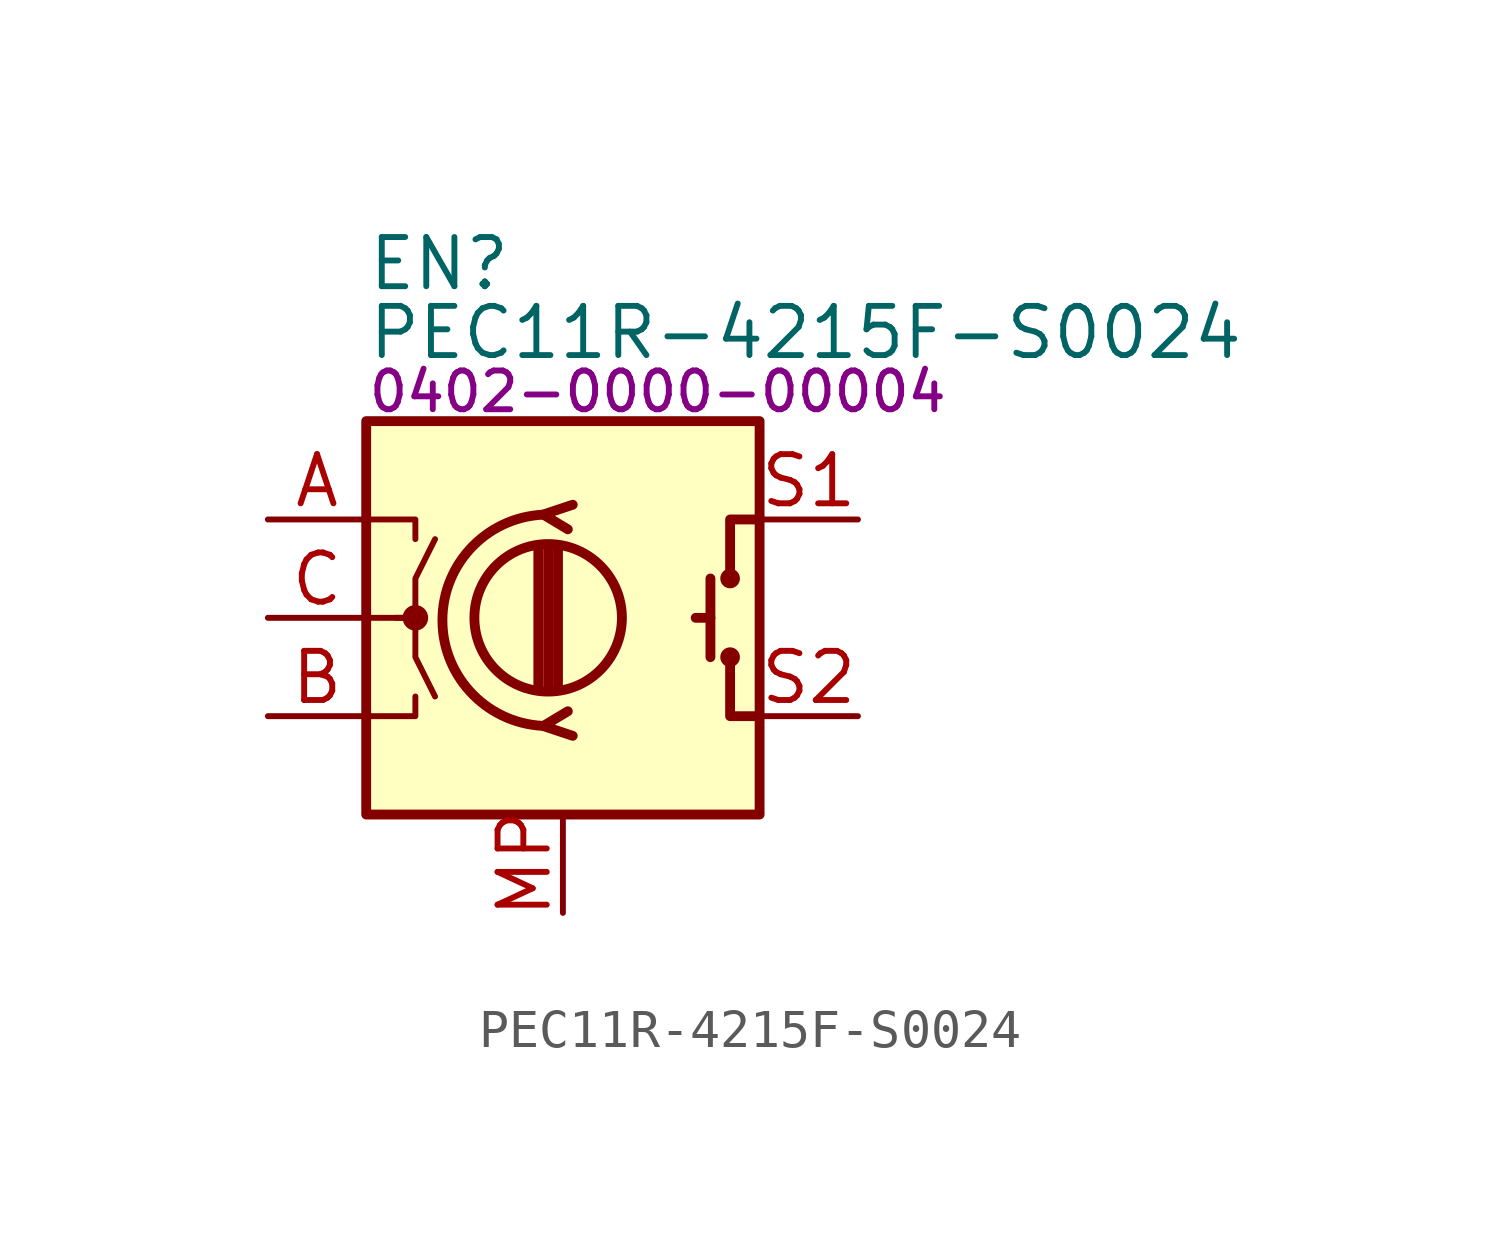
<source format=kicad_sym>
(kicad_symbol_lib
  (version 20231120)
  (generator "kicad_symbol_editor")
  (generator_version "8.0")
  (symbol "PEC11R-4215F-S0024"
    (property "Reference" "EN"
      (at 0 4.064 0)
      (effects (font (size 1.27 1.27)) (justify left)))
    (property "Value" "PEC11R-4215F-S0024"
      (at 0 2.286 0)
      (effects (font (size 1.27 1.27)) (justify left)))
    (property "PartNumber" "0402-0000-00004"
      (at 0 0.762 0)
      (effects (font (size 1 1)) (justify left)))
    (symbol "PEC11R-4215F-S0024_0_1"
      (polyline (pts (xy 4.445 -6.858) (xy 4.445 -3.302)) (stroke (width 0.254) (type default)) (fill (type none)))
      (polyline (pts (xy 4.699 -6.858) (xy 4.699 -3.302)) (stroke (width 0.254) (type default)) (fill (type none)))
      (polyline (pts (xy 4.953 -3.302) (xy 4.953 -6.858)) (stroke (width 0.254) (type default)) (fill (type none)))
      (polyline (pts (xy 8.89 -5.08) (xy 8.509 -5.08)) (stroke (width 0.254) (type default)) (fill (type none)))
      (polyline (pts (xy 8.89 -4.064) (xy 8.89 -6.096)) (stroke (width 0.254) (type default)) (fill (type none)))
      (polyline (pts (xy 0 -7.62) (xy 1.27 -7.62) (xy 1.27 -7.112)) (stroke (width 0) (type default)) (fill (type none)))
      (polyline (pts (xy 0 -2.54) (xy 1.27 -2.54) (xy 1.27 -3.048)) (stroke (width 0) (type default)) (fill (type none)))
      (polyline (pts (xy 5.334 -8.128) (xy 4.572 -7.874) (xy 5.207 -7.493)) (stroke (width 0.254) (type default)) (fill (type none)))
      (polyline (pts (xy 5.334 -2.159) (xy 4.572 -2.413) (xy 5.207 -2.794)) (stroke (width 0.254) (type default)) (fill (type none)))
      (polyline (pts (xy 10.16 -7.62) (xy 9.398 -7.62) (xy 9.398 -6.096)) (stroke (width 0.254) (type default)) (fill (type none)))
      (polyline (pts (xy 10.16 -2.54) (xy 9.398 -2.54) (xy 9.398 -4.064)) (stroke (width 0.254) (type default)) (fill (type none)))
      (polyline (pts (xy 0 -5.08) (xy 1.27 -5.08) (xy 1.27 -6.096) (xy 1.778 -7.112)) (stroke (width 0) (type default)) (fill (type none)))
      (polyline (pts (xy 0.762 -5.08) (xy 1.27 -5.08) (xy 1.27 -4.064) (xy 1.778 -3.048)) (stroke (width 0) (type default)) (fill (type none)))
      (rectangle (start 0 0) (end 10.16 -10.16) (stroke (width 0.254) (type default)) (fill (type background)))
      (circle (center 1.27 -5.08) (radius 0.254) (stroke (width 0) (type default)) (fill (type outline)))
      (circle (center 4.699 -5.08) (radius 1.905) (stroke (width 0.254) (type default)) (fill (type none)))
      (arc (start 4.699 -2.413) (mid 1.9812 -5.1435) (end 4.699 -7.874) (stroke (width 0.254) (type default)) (fill (type none)))
      (circle (center 9.398 -6.096) (radius 0.127) (stroke (width 0.254) (type default)) (fill (type none)))
      (circle (center 9.398 -4.064) (radius 0.127) (stroke (width 0.254) (type default)) (fill (type none))))
    (symbol "PEC11R-4215F-S0024_1_1"
      (pin passive line (at -2.54 -2.54 0) (length 2.54) (name "A" (effects (font (size 0 0)))) (number "A" (effects (font (size 1.27 1.27)))))
      (pin passive line (at -2.54 -7.62 0) (length 2.54) (name "B" (effects (font (size 0 0)))) (number "B" (effects (font (size 1.27 1.27)))))
      (pin passive line (at -2.54 -5.08 0) (length 2.54) (name "C" (effects (font (size 0 0)))) (number "C" (effects (font (size 1.27 1.27)))))
      (pin passive line (at 5.08 -12.7 90) (length 2.54) (name "MP" (effects (font (size 0 0)))) (number "MP" (effects (font (size 1.27 1.27)))))
      (pin passive line (at 12.7 -2.54 180) (length 2.54) (name "S1" (effects (font (size 0 0)))) (number "S1" (effects (font (size 1.27 1.27)))))
      (pin passive line (at 12.7 -7.62 180) (length 2.54) (name "S2" (effects (font (size 0 0)))) (number "S2" (effects (font (size 1.27 1.27))))))))
</source>
